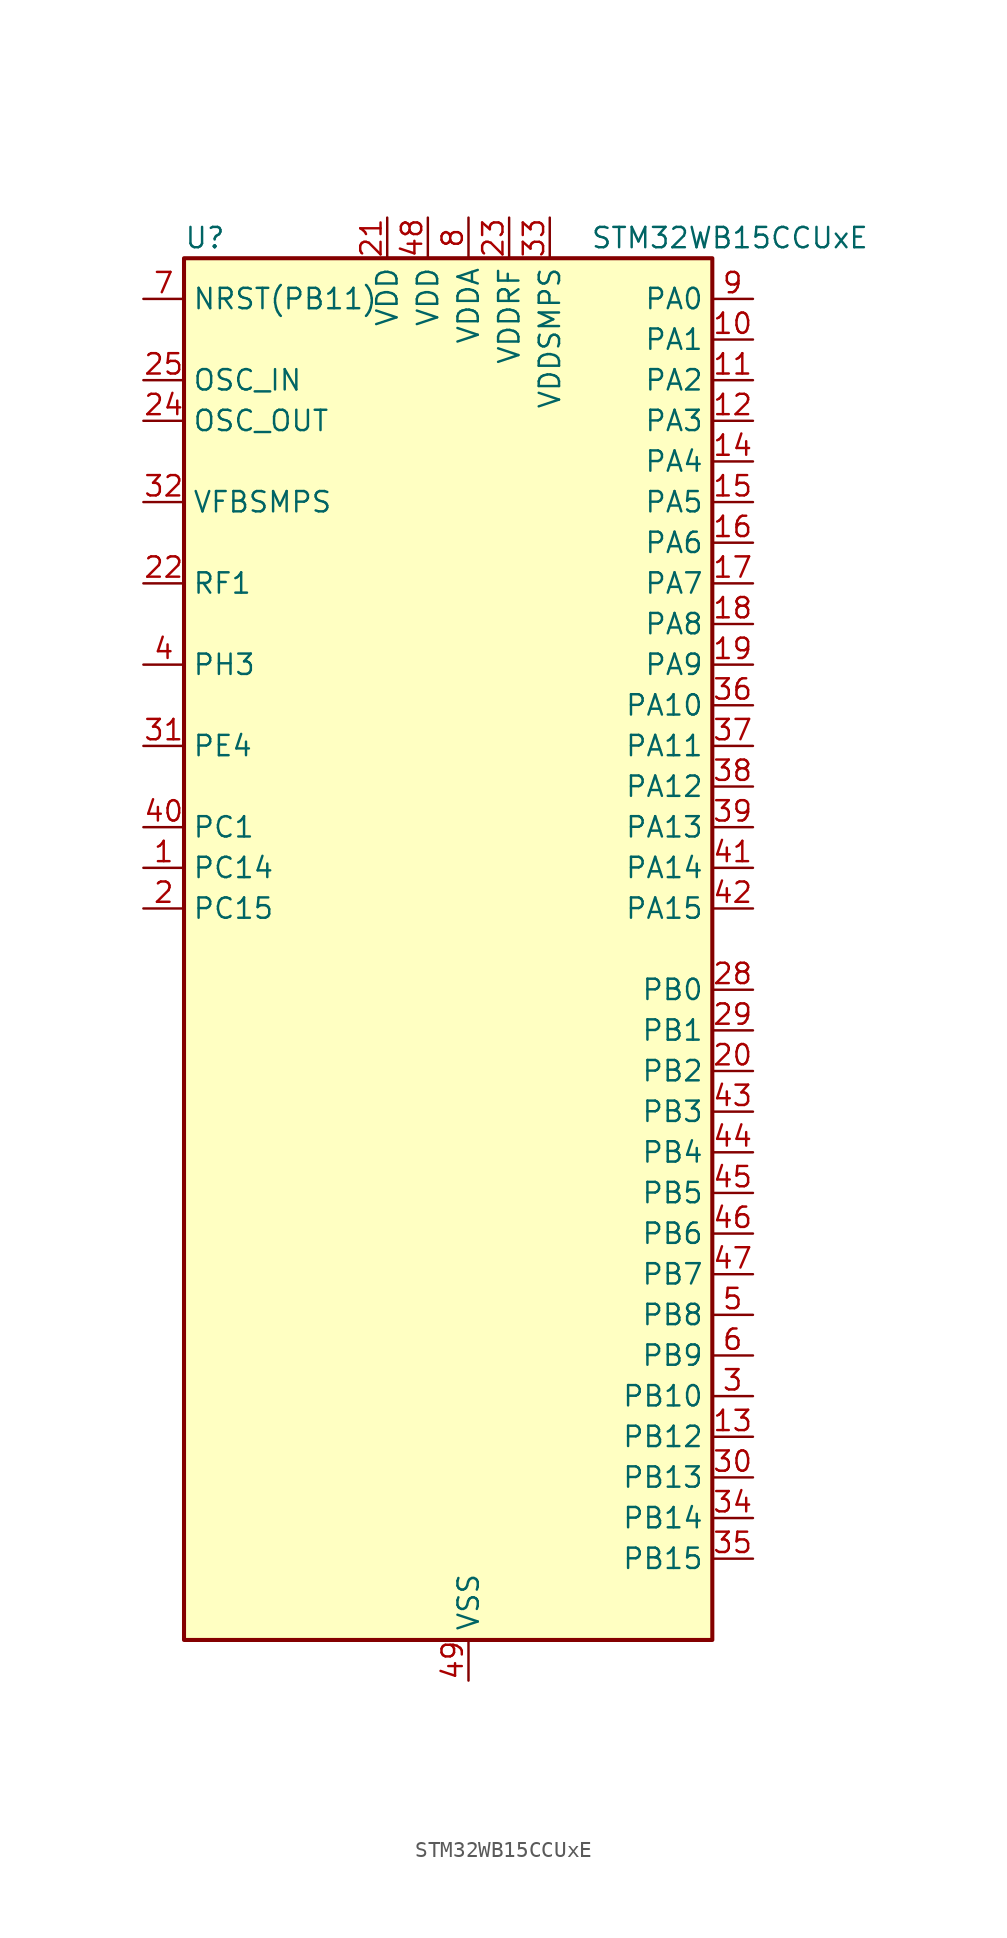
<source format=kicad_sym>
(kicad_symbol_lib
  (version 20220914)
  (generator kicad_symbol_editor)
  (symbol "STM32WB15CCUxE"
    (property "Reference" "U"
      (at -15.24 44.45 0)
      (effects (font (size 1.27 1.27)) (justify left)))
    (property "Value" "STM32WB15CCUxE"
      (at 10.16 44.45 0)
      (effects (font (size 1.27 1.27)) (justify left)))
    (property "ki_locked" ""
      (at 0 0 0)
      (effects (font (size 1.27 1.27))))
    (symbol "STM32WB15CCUxE_0_1"
      (rectangle (start -15.24 -43.18) (end 17.78 43.18) (stroke (width 0.254) (type default)) (fill (type background))))
    (symbol "STM32WB15CCUxE_1_1"
      (pin bidirectional line (at -17.78 5.08 0) (length 2.54) (name "PC14" (effects (font (size 1.27 1.27)))) (number "1" (effects (font (size 1.27 1.27)))) (alternate "RCC_OSC32_IN" bidirectional line))
      (pin bidirectional line (at 20.32 38.1 180) (length 2.54) (name "PA1" (effects (font (size 1.27 1.27)))) (number "10" (effects (font (size 1.27 1.27)))) (alternate "ADC1_IN6" bidirectional line) (alternate "COMP1_INP" bidirectional line) (alternate "I2C1_SMBA" bidirectional line) (alternate "SPI1_SCK" bidirectional line) (alternate "TIM2_CH2" bidirectional line))
      (pin bidirectional line (at 20.32 35.56 180) (length 2.54) (name "PA2" (effects (font (size 1.27 1.27)))) (number "11" (effects (font (size 1.27 1.27)))) (alternate "ADC1_IN7" bidirectional line) (alternate "LPUART1_TX" bidirectional line) (alternate "RCC_LSCO" bidirectional line) (alternate "SYS_WKUP4" bidirectional line) (alternate "TIM2_CH3" bidirectional line))
      (pin bidirectional line (at 20.32 33.02 180) (length 2.54) (name "PA3" (effects (font (size 1.27 1.27)))) (number "12" (effects (font (size 1.27 1.27)))) (alternate "ADC1_IN8" bidirectional line) (alternate "LPUART1_RX" bidirectional line) (alternate "TIM2_CH4" bidirectional line))
      (pin bidirectional line (at 20.32 -30.48 180) (length 2.54) (name "PB12" (effects (font (size 1.27 1.27)))) (number "13" (effects (font (size 1.27 1.27)))) (alternate "TIM2_CH2" bidirectional line) (alternate "TSC_G1_IO1" bidirectional line))
      (pin bidirectional line (at 20.32 30.48 180) (length 2.54) (name "PA4" (effects (font (size 1.27 1.27)))) (number "14" (effects (font (size 1.27 1.27)))) (alternate "ADC1_IN9" bidirectional line) (alternate "COMP1_INM" bidirectional line) (alternate "LPTIM2_OUT" bidirectional line) (alternate "SPI1_NSS" bidirectional line))
      (pin bidirectional line (at 20.32 27.94 180) (length 2.54) (name "PA5" (effects (font (size 1.27 1.27)))) (number "15" (effects (font (size 1.27 1.27)))) (alternate "ADC1_IN10" bidirectional line) (alternate "COMP1_INM" bidirectional line) (alternate "LPTIM2_ETR" bidirectional line) (alternate "SPI1_MOSI" bidirectional line) (alternate "SPI1_SCK" bidirectional line) (alternate "TIM2_CH1" bidirectional line) (alternate "TIM2_ETR" bidirectional line))
      (pin bidirectional line (at 20.32 25.4 180) (length 2.54) (name "PA6" (effects (font (size 1.27 1.27)))) (number "16" (effects (font (size 1.27 1.27)))) (alternate "ADC1_IN11" bidirectional line) (alternate "LPUART1_CTS" bidirectional line) (alternate "SPI1_MISO" bidirectional line) (alternate "TIM1_BKIN" bidirectional line))
      (pin bidirectional line (at 20.32 22.86 180) (length 2.54) (name "PA7" (effects (font (size 1.27 1.27)))) (number "17" (effects (font (size 1.27 1.27)))) (alternate "ADC1_IN2" bidirectional line) (alternate "SPI1_MOSI" bidirectional line) (alternate "TIM1_CH1N" bidirectional line))
      (pin bidirectional line (at 20.32 20.32 180) (length 2.54) (name "PA8" (effects (font (size 1.27 1.27)))) (number "18" (effects (font (size 1.27 1.27)))) (alternate "ADC1_IN3" bidirectional line) (alternate "LPTIM2_OUT" bidirectional line) (alternate "RCC_MCO" bidirectional line) (alternate "TIM1_CH1" bidirectional line) (alternate "USART1_CK" bidirectional line))
      (pin bidirectional line (at 20.32 17.78 180) (length 2.54) (name "PA9" (effects (font (size 1.27 1.27)))) (number "19" (effects (font (size 1.27 1.27)))) (alternate "ADC1_IN4" bidirectional line) (alternate "COMP1_INM" bidirectional line) (alternate "I2C1_SCL" bidirectional line) (alternate "TIM1_CH2" bidirectional line) (alternate "USART1_TX" bidirectional line))
      (pin bidirectional line (at -17.78 2.54 0) (length 2.54) (name "PC15" (effects (font (size 1.27 1.27)))) (number "2" (effects (font (size 1.27 1.27)))) (alternate "RCC_OSC32_OUT" bidirectional line))
      (pin bidirectional line (at 20.32 -7.62 180) (length 2.54) (name "PB2" (effects (font (size 1.27 1.27)))) (number "20" (effects (font (size 1.27 1.27)))) (alternate "COMP1_INP" bidirectional line) (alternate "LPTIM1_OUT" bidirectional line) (alternate "RTC_OUT" bidirectional line) (alternate "SPI1_NSS" bidirectional line))
      (pin power_in line (at -2.54 45.72 270) (length 2.54) (name "VDD" (effects (font (size 1.27 1.27)))) (number "21" (effects (font (size 1.27 1.27)))))
      (pin bidirectional line (at -17.78 22.86 0) (length 2.54) (name "RF1" (effects (font (size 1.27 1.27)))) (number "22" (effects (font (size 1.27 1.27)))) (alternate "RF_RF1" bidirectional line))
      (pin power_in line (at 5.08 45.72 270) (length 2.54) (name "VDDRF" (effects (font (size 1.27 1.27)))) (number "23" (effects (font (size 1.27 1.27)))))
      (pin input line (at -17.78 33.02 0) (length 2.54) (name "OSC_OUT" (effects (font (size 1.27 1.27)))) (number "24" (effects (font (size 1.27 1.27)))) (alternate "RCC_OSC_OUT" bidirectional line))
      (pin input line (at -17.78 35.56 0) (length 2.54) (name "OSC_IN" (effects (font (size 1.27 1.27)))) (number "25" (effects (font (size 1.27 1.27)))) (alternate "RCC_OSC_IN" bidirectional line))
      (pin no_connect line (at -15.24 -43.18 0) (length 2.54) hide (name "AT0" (effects (font (size 1.27 1.27)))) (number "26" (effects (font (size 1.27 1.27)))))
      (pin no_connect line (at -15.24 -40.64 0) (length 2.54) hide (name "AT1" (effects (font (size 1.27 1.27)))) (number "27" (effects (font (size 1.27 1.27)))))
      (pin bidirectional line (at 20.32 -2.54 180) (length 2.54) (name "PB0" (effects (font (size 1.27 1.27)))) (number "28" (effects (font (size 1.27 1.27)))) (alternate "COMP1_OUT" bidirectional line) (alternate "RF_TX_MOD_EXT_PA" bidirectional line))
      (pin bidirectional line (at 20.32 -5.08 180) (length 2.54) (name "PB1" (effects (font (size 1.27 1.27)))) (number "29" (effects (font (size 1.27 1.27)))) (alternate "LPTIM2_IN1" bidirectional line) (alternate "LPUART1_DE" bidirectional line) (alternate "LPUART1_RTS" bidirectional line))
      (pin bidirectional line (at 20.32 -27.94 180) (length 2.54) (name "PB10" (effects (font (size 1.27 1.27)))) (number "3" (effects (font (size 1.27 1.27)))) (alternate "TSC_G3_IO2" bidirectional line))
      (pin bidirectional line (at 20.32 -33.02 180) (length 2.54) (name "PB13" (effects (font (size 1.27 1.27)))) (number "30" (effects (font (size 1.27 1.27)))) (alternate "TIM2_CH3" bidirectional line) (alternate "TSC_G1_IO2" bidirectional line))
      (pin bidirectional line (at -17.78 12.7 0) (length 2.54) (name "PE4" (effects (font (size 1.27 1.27)))) (number "31" (effects (font (size 1.27 1.27)))))
      (pin input line (at -17.78 27.94 0) (length 2.54) (name "VFBSMPS" (effects (font (size 1.27 1.27)))) (number "32" (effects (font (size 1.27 1.27)))))
      (pin power_in line (at 7.62 45.72 270) (length 2.54) (name "VDDSMPS" (effects (font (size 1.27 1.27)))) (number "33" (effects (font (size 1.27 1.27)))))
      (pin bidirectional line (at 20.32 -35.56 180) (length 2.54) (name "PB14" (effects (font (size 1.27 1.27)))) (number "34" (effects (font (size 1.27 1.27)))) (alternate "TIM1_CH1" bidirectional line))
      (pin bidirectional line (at 20.32 -38.1 180) (length 2.54) (name "PB15" (effects (font (size 1.27 1.27)))) (number "35" (effects (font (size 1.27 1.27)))) (alternate "TIM2_CH1" bidirectional line))
      (pin bidirectional line (at 20.32 15.24 180) (length 2.54) (name "PA10" (effects (font (size 1.27 1.27)))) (number "36" (effects (font (size 1.27 1.27)))) (alternate "I2C1_SDA" bidirectional line) (alternate "TIM1_CH3" bidirectional line) (alternate "TSC_G7_IO2" bidirectional line) (alternate "USART1_RX" bidirectional line))
      (pin bidirectional line (at 20.32 12.7 180) (length 2.54) (name "PA11" (effects (font (size 1.27 1.27)))) (number "37" (effects (font (size 1.27 1.27)))) (alternate "ADC1_EXTI11" bidirectional line) (alternate "SPI1_MISO" bidirectional line) (alternate "TIM1_BKIN2" bidirectional line) (alternate "TIM1_CH4" bidirectional line) (alternate "USART1_CTS" bidirectional line) (alternate "USART1_NSS" bidirectional line))
      (pin bidirectional line (at 20.32 10.16 180) (length 2.54) (name "PA12" (effects (font (size 1.27 1.27)))) (number "38" (effects (font (size 1.27 1.27)))) (alternate "LPUART1_RX" bidirectional line) (alternate "SPI1_MOSI" bidirectional line) (alternate "TIM1_ETR" bidirectional line) (alternate "USART1_DE" bidirectional line) (alternate "USART1_RTS" bidirectional line))
      (pin bidirectional line (at 20.32 7.62 180) (length 2.54) (name "PA13" (effects (font (size 1.27 1.27)))) (number "39" (effects (font (size 1.27 1.27)))) (alternate "SPI1_MOSI" bidirectional line) (alternate "SYS_JTMS-SWDIO" bidirectional line) (alternate "TSC_G7_IO1" bidirectional line))
      (pin bidirectional line (at -17.78 17.78 0) (length 2.54) (name "PH3" (effects (font (size 1.27 1.27)))) (number "4" (effects (font (size 1.27 1.27)))) (alternate "RCC_LSCO" bidirectional line))
      (pin bidirectional line (at -17.78 7.62 0) (length 2.54) (name "PC1" (effects (font (size 1.27 1.27)))) (number "40" (effects (font (size 1.27 1.27)))) (alternate "TSC_G3_IO3" bidirectional line))
      (pin bidirectional line (at 20.32 5.08 180) (length 2.54) (name "PA14" (effects (font (size 1.27 1.27)))) (number "41" (effects (font (size 1.27 1.27)))) (alternate "I2C1_SMBA" bidirectional line) (alternate "LPTIM1_OUT" bidirectional line) (alternate "SPI1_NSS" bidirectional line) (alternate "SYS_JTCK-SWCLK" bidirectional line))
      (pin bidirectional line (at 20.32 2.54 180) (length 2.54) (name "PA15" (effects (font (size 1.27 1.27)))) (number "42" (effects (font (size 1.27 1.27)))) (alternate "RCC_MCO" bidirectional line) (alternate "SPI1_NSS" bidirectional line) (alternate "SYS_JTDI" bidirectional line) (alternate "TIM2_CH1" bidirectional line) (alternate "TIM2_ETR" bidirectional line) (alternate "TSC_G3_IO1" bidirectional line))
      (pin bidirectional line (at 20.32 -10.16 180) (length 2.54) (name "PB3" (effects (font (size 1.27 1.27)))) (number "43" (effects (font (size 1.27 1.27)))) (alternate "SPI1_SCK" bidirectional line) (alternate "SYS_JTDO-SWO" bidirectional line) (alternate "TIM2_CH2" bidirectional line) (alternate "USART1_DE" bidirectional line) (alternate "USART1_RTS" bidirectional line))
      (pin bidirectional line (at 20.32 -12.7 180) (length 2.54) (name "PB4" (effects (font (size 1.27 1.27)))) (number "44" (effects (font (size 1.27 1.27)))) (alternate "SPI1_MISO" bidirectional line) (alternate "SYS_JTRST" bidirectional line) (alternate "TSC_G2_IO1" bidirectional line) (alternate "USART1_CTS" bidirectional line) (alternate "USART1_NSS" bidirectional line))
      (pin bidirectional line (at 20.32 -15.24 180) (length 2.54) (name "PB5" (effects (font (size 1.27 1.27)))) (number "45" (effects (font (size 1.27 1.27)))) (alternate "I2C1_SMBA" bidirectional line) (alternate "LPTIM1_IN1" bidirectional line) (alternate "LPUART1_TX" bidirectional line) (alternate "SPI1_MOSI" bidirectional line) (alternate "TSC_G2_IO2" bidirectional line) (alternate "USART1_CK" bidirectional line))
      (pin bidirectional line (at 20.32 -17.78 180) (length 2.54) (name "PB6" (effects (font (size 1.27 1.27)))) (number "46" (effects (font (size 1.27 1.27)))) (alternate "I2C1_SCL" bidirectional line) (alternate "LPTIM1_ETR" bidirectional line) (alternate "RCC_MCO" bidirectional line) (alternate "SPI1_NSS" bidirectional line) (alternate "TSC_G2_IO3" bidirectional line) (alternate "USART1_TX" bidirectional line))
      (pin bidirectional line (at 20.32 -20.32 180) (length 2.54) (name "PB7" (effects (font (size 1.27 1.27)))) (number "47" (effects (font (size 1.27 1.27)))) (alternate "I2C1_SDA" bidirectional line) (alternate "LPTIM1_IN2" bidirectional line) (alternate "SYS_PVD_IN" bidirectional line) (alternate "TIM1_BKIN" bidirectional line) (alternate "TIM1_CH3" bidirectional line) (alternate "TSC_G2_IO4" bidirectional line) (alternate "USART1_RX" bidirectional line))
      (pin power_in line (at 0 45.72 270) (length 2.54) (name "VDD" (effects (font (size 1.27 1.27)))) (number "48" (effects (font (size 1.27 1.27)))))
      (pin power_in line (at 2.54 -45.72 90) (length 2.54) (name "VSS" (effects (font (size 1.27 1.27)))) (number "49" (effects (font (size 1.27 1.27)))))
      (pin bidirectional line (at 20.32 -22.86 180) (length 2.54) (name "PB8" (effects (font (size 1.27 1.27)))) (number "5" (effects (font (size 1.27 1.27)))) (alternate "I2C1_SCL" bidirectional line) (alternate "TIM1_CH2N" bidirectional line) (alternate "TSC_G7_IO3" bidirectional line))
      (pin bidirectional line (at 20.32 -25.4 180) (length 2.54) (name "PB9" (effects (font (size 1.27 1.27)))) (number "6" (effects (font (size 1.27 1.27)))) (alternate "I2C1_SDA" bidirectional line) (alternate "TIM1_CH3N" bidirectional line) (alternate "TSC_G7_IO4" bidirectional line))
      (pin input line (at -17.78 40.64 0) (length 2.54) (name "NRST(PB11)" (effects (font (size 1.27 1.27)))) (number "7" (effects (font (size 1.27 1.27)))))
      (pin power_in line (at 2.54 45.72 270) (length 2.54) (name "VDDA" (effects (font (size 1.27 1.27)))) (number "8" (effects (font (size 1.27 1.27)))))
      (pin bidirectional line (at 20.32 40.64 180) (length 2.54) (name "PA0" (effects (font (size 1.27 1.27)))) (number "9" (effects (font (size 1.27 1.27)))) (alternate "ADC1_IN5" bidirectional line) (alternate "COMP1_INM" bidirectional line) (alternate "COMP1_OUT" bidirectional line) (alternate "RTC_TAMP2" bidirectional line) (alternate "SYS_WKUP1" bidirectional line) (alternate "TIM2_CH1" bidirectional line) (alternate "TIM2_ETR" bidirectional line)))))
</source>
